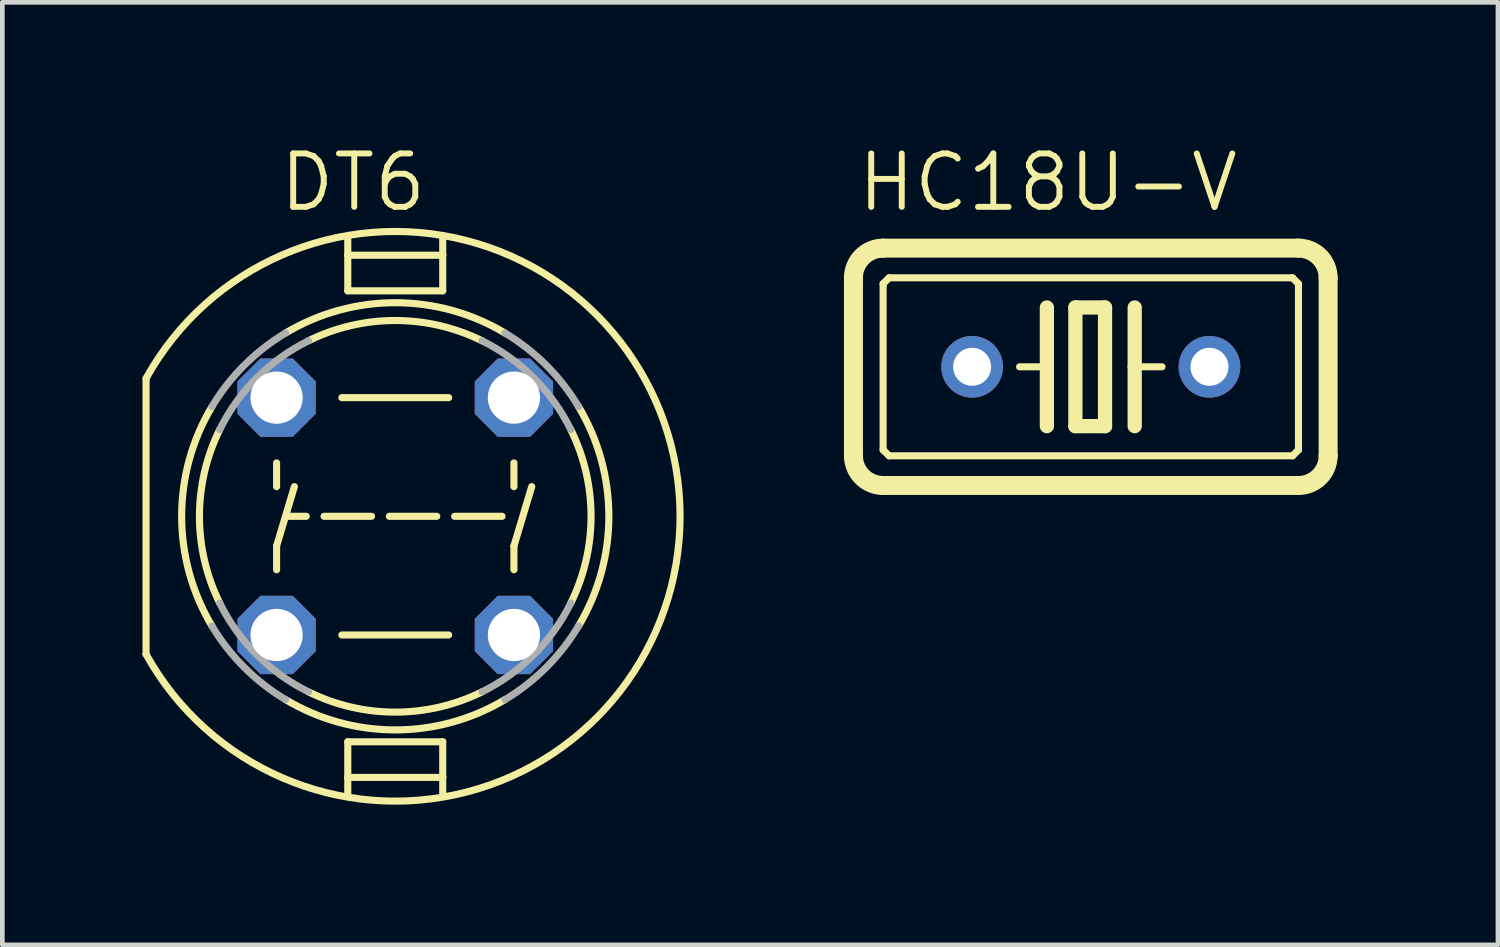
<source format=kicad_pcb>
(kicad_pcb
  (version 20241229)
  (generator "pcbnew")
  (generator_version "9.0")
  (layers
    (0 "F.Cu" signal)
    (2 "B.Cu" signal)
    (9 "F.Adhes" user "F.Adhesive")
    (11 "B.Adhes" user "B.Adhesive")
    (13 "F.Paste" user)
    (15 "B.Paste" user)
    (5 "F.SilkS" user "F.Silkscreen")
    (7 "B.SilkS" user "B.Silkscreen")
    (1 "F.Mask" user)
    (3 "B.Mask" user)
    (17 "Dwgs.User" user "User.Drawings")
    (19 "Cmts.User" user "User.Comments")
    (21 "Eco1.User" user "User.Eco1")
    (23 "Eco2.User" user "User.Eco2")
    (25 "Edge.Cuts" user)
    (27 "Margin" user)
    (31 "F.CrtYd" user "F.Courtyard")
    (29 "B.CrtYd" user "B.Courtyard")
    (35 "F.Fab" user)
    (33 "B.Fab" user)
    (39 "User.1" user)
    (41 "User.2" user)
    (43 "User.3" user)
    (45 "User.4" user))
  (footprint "DT6"
    (layer "F.Cu")
    (at 5.41 8.001)
    (property "Reference" "DT6" (at -2.54 -6.477 0) (unlocked yes) (layer "F.SilkS") (effects (font (size 1.143 1.143) (thickness 0.127)) (justify left bottom)))
    (fp_line (start -5.334 2.951) (end -5.334 -2.951) (stroke (width 0.152) (type solid)) (layer "F.SilkS"))
    (fp_line (start -2.54 -1.143) (end -2.54 -0.635) (stroke (width 0.152) (type solid)) (layer "F.SilkS"))
    (fp_line (start -2.54 0.635) (end -2.54 1.143) (stroke (width 0.152) (type solid)) (layer "F.SilkS"))
    (fp_line (start -2.286 0) (end -1.905 0) (stroke (width 0.152) (type solid)) (layer "F.SilkS"))
    (fp_line (start -2.159 -0.635) (end -2.54 0.635) (stroke (width 0.152) (type solid)) (layer "F.SilkS"))
    (fp_line (start -1.524 0) (end -0.508 0) (stroke (width 0.152) (type solid)) (layer "F.SilkS"))
    (fp_line (start -1.143 -2.54) (end 1.143 -2.54) (stroke (width 0.152) (type solid)) (layer "F.SilkS"))
    (fp_line (start -1.143 2.54) (end 1.143 2.54) (stroke (width 0.152) (type solid)) (layer "F.SilkS"))
    (fp_line (start -1.016 -5.588) (end -1.016 -5.969) (stroke (width 0.152) (type solid)) (layer "F.SilkS"))
    (fp_line (start -1.016 -5.588) (end 1.016 -5.588) (stroke (width 0.152) (type solid)) (layer "F.SilkS"))
    (fp_line (start -1.016 -4.826) (end -1.016 -5.588) (stroke (width 0.152) (type solid)) (layer "F.SilkS"))
    (fp_line (start -1.016 5.588) (end -1.016 4.826) (stroke (width 0.152) (type solid)) (layer "F.SilkS"))
    (fp_line (start -1.016 5.588) (end 1.016 5.588) (stroke (width 0.152) (type solid)) (layer "F.SilkS"))
    (fp_line (start -1.016 5.969) (end -1.016 5.588) (stroke (width 0.152) (type solid)) (layer "F.SilkS"))
    (fp_line (start -0.127 0) (end 0.889 0) (stroke (width 0.152) (type solid)) (layer "F.SilkS"))
    (fp_line (start 1.016 -5.588) (end 1.016 -5.969) (stroke (width 0.152) (type solid)) (layer "F.SilkS"))
    (fp_line (start 1.016 -4.826) (end -1.016 -4.826) (stroke (width 0.152) (type solid)) (layer "F.SilkS"))
    (fp_line (start 1.016 -4.826) (end 1.016 -5.588) (stroke (width 0.152) (type solid)) (layer "F.SilkS"))
    (fp_line (start 1.016 4.826) (end -1.016 4.826) (stroke (width 0.152) (type solid)) (layer "F.SilkS"))
    (fp_line (start 1.016 5.588) (end 1.016 4.826) (stroke (width 0.152) (type solid)) (layer "F.SilkS"))
    (fp_line (start 1.016 5.969) (end 1.016 5.588) (stroke (width 0.152) (type solid)) (layer "F.SilkS"))
    (fp_line (start 1.27 0) (end 2.286 0) (stroke (width 0.152) (type solid)) (layer "F.SilkS"))
    (fp_line (start 2.54 -1.143) (end 2.54 -0.635) (stroke (width 0.152) (type solid)) (layer "F.SilkS"))
    (fp_line (start 2.54 0.635) (end 2.54 1.143) (stroke (width 0.152) (type solid)) (layer "F.SilkS"))
    (fp_line (start 2.921 -0.635) (end 2.54 0.635) (stroke (width 0.152) (type solid)) (layer "F.SilkS"))
    (fp_arc (start -5.334 -2.9512) (mid 6.095994 0) (end -5.334 2.9512) (stroke (width 0.1524) (type solid)) (layer "F.SilkS"))
    (fp_arc (start -3.9236 2.347) (mid -4.571985 0) (end -3.9236 -2.347) (stroke (width 0.1524) (type solid)) (layer "F.SilkS"))
    (fp_arc (start -3.7578 1.8556) (mid -4.19098 0) (end -3.7578 -1.8556) (stroke (width 0.1524) (type solid)) (layer "F.SilkS"))
    (fp_arc (start -2.347 -3.9236) (mid 0 -4.571985) (end 2.347 -3.9236) (stroke (width 0.1524) (type solid)) (layer "F.SilkS"))
    (fp_arc (start -1.8556 -3.7578) (mid 0 -4.19098) (end 1.8556 -3.7578) (stroke (width 0.1524) (type solid)) (layer "F.SilkS"))
    (fp_arc (start 1.8556 3.7578) (mid 0 4.19098) (end -1.8556 3.7578) (stroke (width 0.1524) (type solid)) (layer "F.SilkS"))
    (fp_arc (start 2.347 3.9236) (mid 0 4.571985) (end -2.347 3.9236) (stroke (width 0.1524) (type solid)) (layer "F.SilkS"))
    (fp_arc (start 3.7578 -1.8556) (mid 4.19098 0) (end 3.7578 1.8556) (stroke (width 0.1524) (type solid)) (layer "F.SilkS"))
    (fp_arc (start 3.9236 -2.347) (mid 4.571985 0) (end 3.9236 2.347) (stroke (width 0.1524) (type solid)) (layer "F.SilkS"))
    (fp_arc (start -3.9236 -2.347) (mid -3.232882 -3.232882) (end -2.347 -3.9236) (stroke (width 0.1524) (type solid)) (layer "F.Fab"))
    (fp_arc (start -3.7578 -1.8556) (mid -2.96347 -2.96347) (end -1.8556 -3.7578) (stroke (width 0.1524) (type solid)) (layer "F.Fab"))
    (fp_arc (start -2.347 3.9236) (mid -3.232882 3.232882) (end -3.9236 2.347) (stroke (width 0.1524) (type solid)) (layer "F.Fab"))
    (fp_arc (start -1.8556 3.7578) (mid -2.96347 2.96347) (end -3.7578 1.8556) (stroke (width 0.1524) (type solid)) (layer "F.Fab"))
    (fp_arc (start 1.8556 -3.7578) (mid 2.96347 -2.96347) (end 3.7578 -1.8556) (stroke (width 0.1524) (type solid)) (layer "F.Fab"))
    (fp_arc (start 2.347 -3.9236) (mid 3.232882 -3.232882) (end 3.9236 -2.347) (stroke (width 0.1524) (type solid)) (layer "F.Fab"))
    (fp_arc (start 3.7578 1.8556) (mid 2.96347 2.96347) (end 1.8556 3.7578) (stroke (width 0.1524) (type solid)) (layer "F.Fab"))
    (fp_arc (start 3.9236 2.347) (mid 3.232882 3.232882) (end 2.347 3.9236) (stroke (width 0.1524) (type solid)) (layer "F.Fab"))
    (pad "1" thru_hole roundrect (at -2.54 -2.54) (size 1.676 1.676) (drill 1.118) (layers "*.Cu" "*.Mask") (roundrect_rratio 0.25) (chamfer_ratio 0.293) (chamfer top_left top_right bottom_left bottom_right))
    (pad "2" thru_hole roundrect (at 2.54 -2.54) (size 1.676 1.676) (drill 1.118) (layers "*.Cu" "*.Mask") (roundrect_rratio 0.25) (chamfer_ratio 0.293) (chamfer top_left top_right bottom_left bottom_right))
    (pad "3" thru_hole roundrect (at 2.54 2.54) (size 1.676 1.676) (drill 1.118) (layers "*.Cu" "*.Mask") (roundrect_rratio 0.25) (chamfer_ratio 0.293) (chamfer top_left top_right bottom_left bottom_right))
    (pad "4" thru_hole roundrect (at -2.54 2.54) (size 1.676 1.676) (drill 1.118) (layers "*.Cu" "*.Mask") (roundrect_rratio 0.25) (chamfer_ratio 0.293) (chamfer top_left top_right bottom_left bottom_right)))
  (footprint "HC18U-V"
    (layer "F.Cu")
    (at 20.297 4.801)
    (property "Reference" "HC18U-V" (at -5.055 -3.277 0) (unlocked yes) (layer "F.SilkS") (effects (font (size 1.143 1.143) (thickness 0.127)) (justify left bottom)))
    (fp_line (start -5.08 -1.905) (end -5.08 1.905) (stroke (width 0.406) (type solid)) (layer "F.SilkS"))
    (fp_line (start -4.445 -2.54) (end 4.445 -2.54) (stroke (width 0.406) (type solid)) (layer "F.SilkS"))
    (fp_line (start -4.445 -1.778) (end -4.445 1.778) (stroke (width 0.152) (type solid)) (layer "F.SilkS"))
    (fp_line (start -4.445 -1.778) (end -4.318 -1.905) (stroke (width 0.152) (type solid)) (layer "F.SilkS"))
    (fp_line (start -4.445 2.54) (end 4.445 2.54) (stroke (width 0.406) (type solid)) (layer "F.SilkS"))
    (fp_line (start -4.318 1.905) (end -4.445 1.778) (stroke (width 0.152) (type solid)) (layer "F.SilkS"))
    (fp_line (start -4.318 1.905) (end 4.318 1.905) (stroke (width 0.152) (type solid)) (layer "F.SilkS"))
    (fp_line (start -0.94 -1.27) (end -0.94 0) (stroke (width 0.305) (type solid)) (layer "F.SilkS"))
    (fp_line (start -0.94 0) (end -1.524 0) (stroke (width 0.152) (type solid)) (layer "F.SilkS"))
    (fp_line (start -0.94 0) (end -0.94 1.27) (stroke (width 0.305) (type solid)) (layer "F.SilkS"))
    (fp_line (start -0.33 -1.27) (end -0.33 1.27) (stroke (width 0.305) (type solid)) (layer "F.SilkS"))
    (fp_line (start -0.33 1.27) (end 0.305 1.27) (stroke (width 0.305) (type solid)) (layer "F.SilkS"))
    (fp_line (start 0.305 -1.27) (end -0.33 -1.27) (stroke (width 0.305) (type solid)) (layer "F.SilkS"))
    (fp_line (start 0.305 1.27) (end 0.305 -1.27) (stroke (width 0.305) (type solid)) (layer "F.SilkS"))
    (fp_line (start 0.94 -1.27) (end 0.94 0) (stroke (width 0.305) (type solid)) (layer "F.SilkS"))
    (fp_line (start 0.94 0) (end 0.94 1.27) (stroke (width 0.305) (type solid)) (layer "F.SilkS"))
    (fp_line (start 0.94 0) (end 1.524 0) (stroke (width 0.152) (type solid)) (layer "F.SilkS"))
    (fp_line (start 4.318 -1.905) (end -4.318 -1.905) (stroke (width 0.152) (type solid)) (layer "F.SilkS"))
    (fp_line (start 4.318 -1.905) (end 4.445 -1.778) (stroke (width 0.152) (type solid)) (layer "F.SilkS"))
    (fp_line (start 4.318 1.905) (end 4.445 1.778) (stroke (width 0.152) (type solid)) (layer "F.SilkS"))
    (fp_line (start 4.445 1.778) (end 4.445 -1.778) (stroke (width 0.152) (type solid)) (layer "F.SilkS"))
    (fp_line (start 5.08 1.905) (end 5.08 -1.905) (stroke (width 0.406) (type solid)) (layer "F.SilkS"))
    (fp_arc (start -5.08 -1.905) (mid -4.894013 -2.354013) (end -4.445 -2.54) (stroke (width 0.4064) (type solid)) (layer "F.SilkS"))
    (fp_arc (start -4.445 2.54) (mid -4.894013 2.354013) (end -5.08 1.905) (stroke (width 0.4064) (type solid)) (layer "F.SilkS"))
    (fp_arc (start 4.445 -2.54) (mid 4.894013 -2.354013) (end 5.08 -1.905) (stroke (width 0.4064) (type solid)) (layer "F.SilkS"))
    (fp_arc (start 5.08 1.905) (mid 4.894013 2.354013) (end 4.445 2.54) (stroke (width 0.4064) (type solid)) (layer "F.SilkS"))
    (pad "1" thru_hole circle (at -2.54 0) (size 1.321 1.321) (drill 0.813) (layers "*.Cu" "*.Mask"))
    (pad "2" thru_hole circle (at 2.54 0) (size 1.321 1.321) (drill 0.813) (layers "*.Cu" "*.Mask"))
    (zone (net_name "") (layers "F.Cu" "B.Cu") (hatch edge 0.5) (connect_pads) (min_thickness 0.25) (filled_areas_thickness no) (keepout (tracks allowed) (vias not_allowed) (pads allowed) (copperpour allowed) (footprints allowed)) (placement (enabled no)) (fill) (polygon (pts (xy 14.582 7.976) (xy 26.012 7.976) (xy 26.012 1.626) (xy 14.582 1.626)))))
  (gr_rect
    (start -3 -3)
    (end 29.012 17.173)
    (stroke (width 0.1) (type default))
    (fill no)
    (layer "Edge.Cuts")))
</source>
